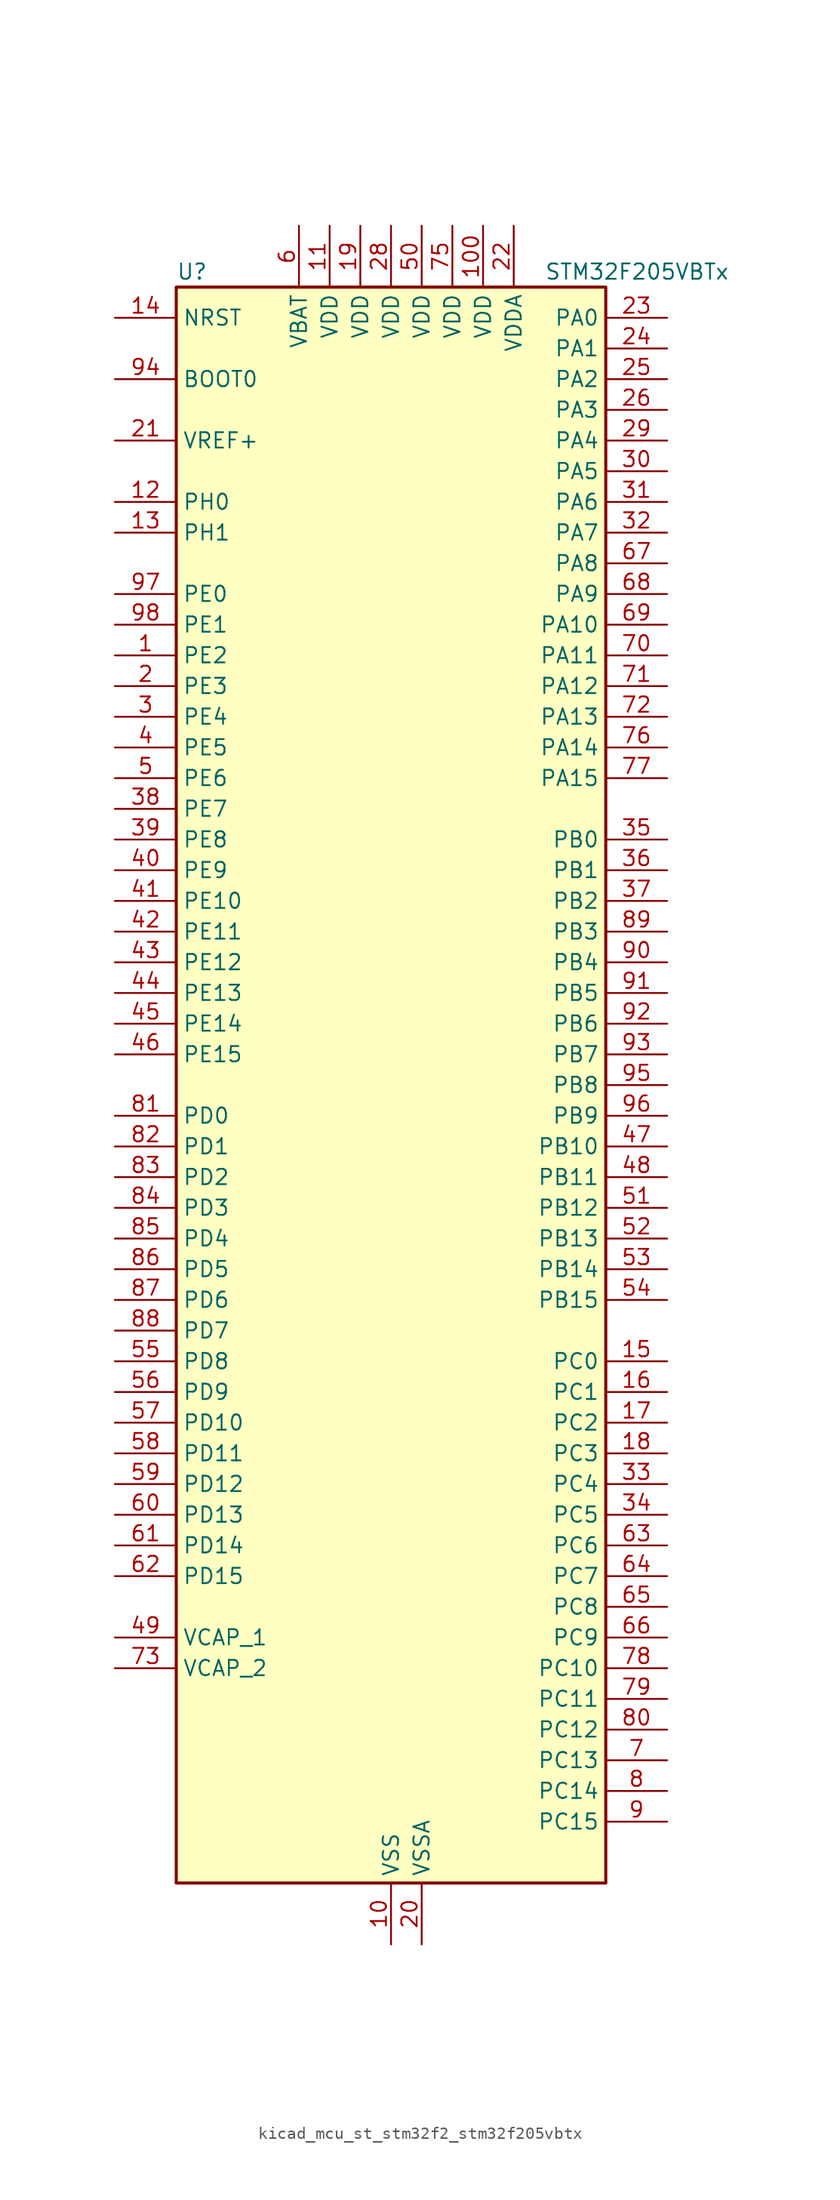
<source format=kicad_sym>
(kicad_symbol_lib
  (version 20220914)
  (generator kicad_symbol_editor)
  (symbol "kicad_mcu_st_stm32f2_stm32f205vbtx"
    (property "Reference" "U"
      (at -17.78 67.31 0)
      (effects (font (size 1.27 1.27)) (justify left)))
    (property "Value" "STM32F205VBTx"
      (at 12.7 67.31 0)
      (effects (font (size 1.27 1.27)) (justify left)))
    (property "ki_locked" ""
      (at 0 0 0)
      (effects (font (size 1.27 1.27))))
    (symbol "kicad_mcu_st_stm32f2_stm32f205vbtx_0_1"
      (rectangle (start -17.78 -66.04) (end 17.78 66.04) (stroke (width 0.254) (type default)) (fill (type background))))
    (symbol "kicad_mcu_st_stm32f2_stm32f205vbtx_1_1"
      (pin bidirectional line (at -22.86 35.56 0) (length 5.08) (name "PE2" (effects (font (size 1.27 1.27)))) (number "1" (effects (font (size 1.27 1.27)))) (alternate "FSMC_A23" bidirectional line) (alternate "SYS_TRACECLK" bidirectional line))
      (pin power_in line (at 0 -71.12 90) (length 5.08) (name "VSS" (effects (font (size 1.27 1.27)))) (number "10" (effects (font (size 1.27 1.27)))))
      (pin power_in line (at 7.62 71.12 270) (length 5.08) (name "VDD" (effects (font (size 1.27 1.27)))) (number "100" (effects (font (size 1.27 1.27)))))
      (pin power_in line (at -5.08 71.12 270) (length 5.08) (name "VDD" (effects (font (size 1.27 1.27)))) (number "11" (effects (font (size 1.27 1.27)))))
      (pin bidirectional line (at -22.86 48.26 0) (length 5.08) (name "PH0" (effects (font (size 1.27 1.27)))) (number "12" (effects (font (size 1.27 1.27)))) (alternate "RCC_OSC_IN" bidirectional line))
      (pin bidirectional line (at -22.86 45.72 0) (length 5.08) (name "PH1" (effects (font (size 1.27 1.27)))) (number "13" (effects (font (size 1.27 1.27)))) (alternate "RCC_OSC_OUT" bidirectional line))
      (pin input line (at -22.86 63.5 0) (length 5.08) (name "NRST" (effects (font (size 1.27 1.27)))) (number "14" (effects (font (size 1.27 1.27)))))
      (pin bidirectional line (at 22.86 -22.86 180) (length 5.08) (name "PC0" (effects (font (size 1.27 1.27)))) (number "15" (effects (font (size 1.27 1.27)))) (alternate "ADC1_IN10" bidirectional line) (alternate "ADC2_IN10" bidirectional line) (alternate "ADC3_IN10" bidirectional line) (alternate "USB_OTG_HS_ULPI_STP" bidirectional line))
      (pin bidirectional line (at 22.86 -25.4 180) (length 5.08) (name "PC1" (effects (font (size 1.27 1.27)))) (number "16" (effects (font (size 1.27 1.27)))) (alternate "ADC1_IN11" bidirectional line) (alternate "ADC2_IN11" bidirectional line) (alternate "ADC3_IN11" bidirectional line))
      (pin bidirectional line (at 22.86 -27.94 180) (length 5.08) (name "PC2" (effects (font (size 1.27 1.27)))) (number "17" (effects (font (size 1.27 1.27)))) (alternate "ADC1_IN12" bidirectional line) (alternate "ADC2_IN12" bidirectional line) (alternate "ADC3_IN12" bidirectional line) (alternate "SPI2_MISO" bidirectional line) (alternate "USB_OTG_HS_ULPI_DIR" bidirectional line))
      (pin bidirectional line (at 22.86 -30.48 180) (length 5.08) (name "PC3" (effects (font (size 1.27 1.27)))) (number "18" (effects (font (size 1.27 1.27)))) (alternate "ADC1_IN13" bidirectional line) (alternate "ADC2_IN13" bidirectional line) (alternate "ADC3_IN13" bidirectional line) (alternate "I2S2_SD" bidirectional line) (alternate "SPI2_MOSI" bidirectional line) (alternate "USB_OTG_HS_ULPI_NXT" bidirectional line))
      (pin power_in line (at -2.54 71.12 270) (length 5.08) (name "VDD" (effects (font (size 1.27 1.27)))) (number "19" (effects (font (size 1.27 1.27)))))
      (pin bidirectional line (at -22.86 33.02 0) (length 5.08) (name "PE3" (effects (font (size 1.27 1.27)))) (number "2" (effects (font (size 1.27 1.27)))) (alternate "FSMC_A19" bidirectional line) (alternate "SYS_TRACED0" bidirectional line))
      (pin power_in line (at 2.54 -71.12 90) (length 5.08) (name "VSSA" (effects (font (size 1.27 1.27)))) (number "20" (effects (font (size 1.27 1.27)))))
      (pin input line (at -22.86 53.34 0) (length 5.08) (name "VREF+" (effects (font (size 1.27 1.27)))) (number "21" (effects (font (size 1.27 1.27)))))
      (pin power_in line (at 10.16 71.12 270) (length 5.08) (name "VDDA" (effects (font (size 1.27 1.27)))) (number "22" (effects (font (size 1.27 1.27)))))
      (pin bidirectional line (at 22.86 63.5 180) (length 5.08) (name "PA0" (effects (font (size 1.27 1.27)))) (number "23" (effects (font (size 1.27 1.27)))) (alternate "ADC1_IN0" bidirectional line) (alternate "ADC2_IN0" bidirectional line) (alternate "ADC3_IN0" bidirectional line) (alternate "SYS_WKUP" bidirectional line) (alternate "TIM2_CH1" bidirectional line) (alternate "TIM2_ETR" bidirectional line) (alternate "TIM5_CH1" bidirectional line) (alternate "TIM8_ETR" bidirectional line) (alternate "UART4_TX" bidirectional line) (alternate "USART2_CTS" bidirectional line))
      (pin bidirectional line (at 22.86 60.96 180) (length 5.08) (name "PA1" (effects (font (size 1.27 1.27)))) (number "24" (effects (font (size 1.27 1.27)))) (alternate "ADC1_IN1" bidirectional line) (alternate "ADC2_IN1" bidirectional line) (alternate "ADC3_IN1" bidirectional line) (alternate "TIM2_CH2" bidirectional line) (alternate "TIM5_CH2" bidirectional line) (alternate "UART4_RX" bidirectional line) (alternate "USART2_RTS" bidirectional line))
      (pin bidirectional line (at 22.86 58.42 180) (length 5.08) (name "PA2" (effects (font (size 1.27 1.27)))) (number "25" (effects (font (size 1.27 1.27)))) (alternate "ADC1_IN2" bidirectional line) (alternate "ADC2_IN2" bidirectional line) (alternate "ADC3_IN2" bidirectional line) (alternate "TIM2_CH3" bidirectional line) (alternate "TIM5_CH3" bidirectional line) (alternate "TIM9_CH1" bidirectional line) (alternate "USART2_TX" bidirectional line))
      (pin bidirectional line (at 22.86 55.88 180) (length 5.08) (name "PA3" (effects (font (size 1.27 1.27)))) (number "26" (effects (font (size 1.27 1.27)))) (alternate "ADC1_IN3" bidirectional line) (alternate "ADC2_IN3" bidirectional line) (alternate "ADC3_IN3" bidirectional line) (alternate "TIM2_CH4" bidirectional line) (alternate "TIM5_CH4" bidirectional line) (alternate "TIM9_CH2" bidirectional line) (alternate "USART2_RX" bidirectional line) (alternate "USB_OTG_HS_ULPI_D0" bidirectional line))
      (pin passive line (at 0 -71.12 90) (length 5.08) hide (name "VSS" (effects (font (size 1.27 1.27)))) (number "27" (effects (font (size 1.27 1.27)))))
      (pin power_in line (at 0 71.12 270) (length 5.08) (name "VDD" (effects (font (size 1.27 1.27)))) (number "28" (effects (font (size 1.27 1.27)))))
      (pin bidirectional line (at 22.86 53.34 180) (length 5.08) (name "PA4" (effects (font (size 1.27 1.27)))) (number "29" (effects (font (size 1.27 1.27)))) (alternate "ADC1_IN4" bidirectional line) (alternate "ADC2_IN4" bidirectional line) (alternate "DAC_OUT1" bidirectional line) (alternate "I2S3_WS" bidirectional line) (alternate "SPI1_NSS" bidirectional line) (alternate "SPI3_NSS" bidirectional line) (alternate "USART2_CK" bidirectional line) (alternate "USB_OTG_HS_SOF" bidirectional line))
      (pin bidirectional line (at -22.86 30.48 0) (length 5.08) (name "PE4" (effects (font (size 1.27 1.27)))) (number "3" (effects (font (size 1.27 1.27)))) (alternate "FSMC_A20" bidirectional line) (alternate "SYS_TRACED1" bidirectional line))
      (pin bidirectional line (at 22.86 50.8 180) (length 5.08) (name "PA5" (effects (font (size 1.27 1.27)))) (number "30" (effects (font (size 1.27 1.27)))) (alternate "ADC1_IN5" bidirectional line) (alternate "ADC2_IN5" bidirectional line) (alternate "DAC_OUT2" bidirectional line) (alternate "SPI1_SCK" bidirectional line) (alternate "TIM2_CH1" bidirectional line) (alternate "TIM2_ETR" bidirectional line) (alternate "TIM8_CH1N" bidirectional line) (alternate "USB_OTG_HS_ULPI_CK" bidirectional line))
      (pin bidirectional line (at 22.86 48.26 180) (length 5.08) (name "PA6" (effects (font (size 1.27 1.27)))) (number "31" (effects (font (size 1.27 1.27)))) (alternate "ADC1_IN6" bidirectional line) (alternate "ADC2_IN6" bidirectional line) (alternate "SPI1_MISO" bidirectional line) (alternate "TIM13_CH1" bidirectional line) (alternate "TIM1_BKIN" bidirectional line) (alternate "TIM3_CH1" bidirectional line) (alternate "TIM8_BKIN" bidirectional line))
      (pin bidirectional line (at 22.86 45.72 180) (length 5.08) (name "PA7" (effects (font (size 1.27 1.27)))) (number "32" (effects (font (size 1.27 1.27)))) (alternate "ADC1_IN7" bidirectional line) (alternate "ADC2_IN7" bidirectional line) (alternate "SPI1_MOSI" bidirectional line) (alternate "TIM14_CH1" bidirectional line) (alternate "TIM1_CH1N" bidirectional line) (alternate "TIM3_CH2" bidirectional line) (alternate "TIM8_CH1N" bidirectional line))
      (pin bidirectional line (at 22.86 -33.02 180) (length 5.08) (name "PC4" (effects (font (size 1.27 1.27)))) (number "33" (effects (font (size 1.27 1.27)))) (alternate "ADC1_IN14" bidirectional line) (alternate "ADC2_IN14" bidirectional line))
      (pin bidirectional line (at 22.86 -35.56 180) (length 5.08) (name "PC5" (effects (font (size 1.27 1.27)))) (number "34" (effects (font (size 1.27 1.27)))) (alternate "ADC1_IN15" bidirectional line) (alternate "ADC2_IN15" bidirectional line))
      (pin bidirectional line (at 22.86 20.32 180) (length 5.08) (name "PB0" (effects (font (size 1.27 1.27)))) (number "35" (effects (font (size 1.27 1.27)))) (alternate "ADC1_IN8" bidirectional line) (alternate "ADC2_IN8" bidirectional line) (alternate "TIM1_CH2N" bidirectional line) (alternate "TIM3_CH3" bidirectional line) (alternate "TIM8_CH2N" bidirectional line) (alternate "USB_OTG_HS_ULPI_D1" bidirectional line))
      (pin bidirectional line (at 22.86 17.78 180) (length 5.08) (name "PB1" (effects (font (size 1.27 1.27)))) (number "36" (effects (font (size 1.27 1.27)))) (alternate "ADC1_IN9" bidirectional line) (alternate "ADC2_IN9" bidirectional line) (alternate "TIM1_CH3N" bidirectional line) (alternate "TIM3_CH4" bidirectional line) (alternate "TIM8_CH3N" bidirectional line) (alternate "USB_OTG_HS_ULPI_D2" bidirectional line))
      (pin bidirectional line (at 22.86 15.24 180) (length 5.08) (name "PB2" (effects (font (size 1.27 1.27)))) (number "37" (effects (font (size 1.27 1.27)))))
      (pin bidirectional line (at -22.86 22.86 0) (length 5.08) (name "PE7" (effects (font (size 1.27 1.27)))) (number "38" (effects (font (size 1.27 1.27)))) (alternate "FSMC_D4" bidirectional line) (alternate "FSMC_DA4" bidirectional line) (alternate "TIM1_ETR" bidirectional line))
      (pin bidirectional line (at -22.86 20.32 0) (length 5.08) (name "PE8" (effects (font (size 1.27 1.27)))) (number "39" (effects (font (size 1.27 1.27)))) (alternate "FSMC_D5" bidirectional line) (alternate "FSMC_DA5" bidirectional line) (alternate "TIM1_CH1N" bidirectional line))
      (pin bidirectional line (at -22.86 27.94 0) (length 5.08) (name "PE5" (effects (font (size 1.27 1.27)))) (number "4" (effects (font (size 1.27 1.27)))) (alternate "FSMC_A21" bidirectional line) (alternate "SYS_TRACED2" bidirectional line) (alternate "TIM9_CH1" bidirectional line))
      (pin bidirectional line (at -22.86 17.78 0) (length 5.08) (name "PE9" (effects (font (size 1.27 1.27)))) (number "40" (effects (font (size 1.27 1.27)))) (alternate "DAC_EXTI9" bidirectional line) (alternate "FSMC_D6" bidirectional line) (alternate "FSMC_DA6" bidirectional line) (alternate "TIM1_CH1" bidirectional line))
      (pin bidirectional line (at -22.86 15.24 0) (length 5.08) (name "PE10" (effects (font (size 1.27 1.27)))) (number "41" (effects (font (size 1.27 1.27)))) (alternate "FSMC_D7" bidirectional line) (alternate "FSMC_DA7" bidirectional line) (alternate "TIM1_CH2N" bidirectional line))
      (pin bidirectional line (at -22.86 12.7 0) (length 5.08) (name "PE11" (effects (font (size 1.27 1.27)))) (number "42" (effects (font (size 1.27 1.27)))) (alternate "ADC1_EXTI11" bidirectional line) (alternate "ADC2_EXTI11" bidirectional line) (alternate "ADC3_EXTI11" bidirectional line) (alternate "FSMC_D8" bidirectional line) (alternate "FSMC_DA8" bidirectional line) (alternate "TIM1_CH2" bidirectional line))
      (pin bidirectional line (at -22.86 10.16 0) (length 5.08) (name "PE12" (effects (font (size 1.27 1.27)))) (number "43" (effects (font (size 1.27 1.27)))) (alternate "FSMC_D9" bidirectional line) (alternate "FSMC_DA9" bidirectional line) (alternate "TIM1_CH3N" bidirectional line))
      (pin bidirectional line (at -22.86 7.62 0) (length 5.08) (name "PE13" (effects (font (size 1.27 1.27)))) (number "44" (effects (font (size 1.27 1.27)))) (alternate "FSMC_D10" bidirectional line) (alternate "FSMC_DA10" bidirectional line) (alternate "TIM1_CH3" bidirectional line))
      (pin bidirectional line (at -22.86 5.08 0) (length 5.08) (name "PE14" (effects (font (size 1.27 1.27)))) (number "45" (effects (font (size 1.27 1.27)))) (alternate "FSMC_D11" bidirectional line) (alternate "FSMC_DA11" bidirectional line) (alternate "TIM1_CH4" bidirectional line))
      (pin bidirectional line (at -22.86 2.54 0) (length 5.08) (name "PE15" (effects (font (size 1.27 1.27)))) (number "46" (effects (font (size 1.27 1.27)))) (alternate "ADC1_EXTI15" bidirectional line) (alternate "ADC2_EXTI15" bidirectional line) (alternate "ADC3_EXTI15" bidirectional line) (alternate "FSMC_D12" bidirectional line) (alternate "FSMC_DA12" bidirectional line) (alternate "TIM1_BKIN" bidirectional line))
      (pin bidirectional line (at 22.86 -5.08 180) (length 5.08) (name "PB10" (effects (font (size 1.27 1.27)))) (number "47" (effects (font (size 1.27 1.27)))) (alternate "I2C2_SCL" bidirectional line) (alternate "I2S2_SCK" bidirectional line) (alternate "SPI2_SCK" bidirectional line) (alternate "TIM2_CH3" bidirectional line) (alternate "USART3_TX" bidirectional line) (alternate "USB_OTG_HS_ULPI_D3" bidirectional line))
      (pin bidirectional line (at 22.86 -7.62 180) (length 5.08) (name "PB11" (effects (font (size 1.27 1.27)))) (number "48" (effects (font (size 1.27 1.27)))) (alternate "ADC1_EXTI11" bidirectional line) (alternate "ADC2_EXTI11" bidirectional line) (alternate "ADC3_EXTI11" bidirectional line) (alternate "I2C2_SDA" bidirectional line) (alternate "TIM2_CH4" bidirectional line) (alternate "USART3_RX" bidirectional line) (alternate "USB_OTG_HS_ULPI_D4" bidirectional line))
      (pin power_out line (at -22.86 -45.72 0) (length 5.08) (name "VCAP_1" (effects (font (size 1.27 1.27)))) (number "49" (effects (font (size 1.27 1.27)))))
      (pin bidirectional line (at -22.86 25.4 0) (length 5.08) (name "PE6" (effects (font (size 1.27 1.27)))) (number "5" (effects (font (size 1.27 1.27)))) (alternate "FSMC_A22" bidirectional line) (alternate "SYS_TRACED3" bidirectional line) (alternate "TIM9_CH2" bidirectional line))
      (pin power_in line (at 2.54 71.12 270) (length 5.08) (name "VDD" (effects (font (size 1.27 1.27)))) (number "50" (effects (font (size 1.27 1.27)))))
      (pin bidirectional line (at 22.86 -10.16 180) (length 5.08) (name "PB12" (effects (font (size 1.27 1.27)))) (number "51" (effects (font (size 1.27 1.27)))) (alternate "CAN2_RX" bidirectional line) (alternate "I2C2_SMBA" bidirectional line) (alternate "I2S2_WS" bidirectional line) (alternate "SPI2_NSS" bidirectional line) (alternate "TIM1_BKIN" bidirectional line) (alternate "USART3_CK" bidirectional line) (alternate "USB_OTG_HS_ID" bidirectional line) (alternate "USB_OTG_HS_ULPI_D5" bidirectional line))
      (pin bidirectional line (at 22.86 -12.7 180) (length 5.08) (name "PB13" (effects (font (size 1.27 1.27)))) (number "52" (effects (font (size 1.27 1.27)))) (alternate "CAN2_TX" bidirectional line) (alternate "I2S2_SCK" bidirectional line) (alternate "SPI2_SCK" bidirectional line) (alternate "TIM1_CH1N" bidirectional line) (alternate "USART3_CTS" bidirectional line) (alternate "USB_OTG_HS_ULPI_D6" bidirectional line) (alternate "USB_OTG_HS_VBUS" bidirectional line))
      (pin bidirectional line (at 22.86 -15.24 180) (length 5.08) (name "PB14" (effects (font (size 1.27 1.27)))) (number "53" (effects (font (size 1.27 1.27)))) (alternate "SPI2_MISO" bidirectional line) (alternate "TIM12_CH1" bidirectional line) (alternate "TIM1_CH2N" bidirectional line) (alternate "TIM8_CH2N" bidirectional line) (alternate "USART3_RTS" bidirectional line) (alternate "USB_OTG_HS_DM" bidirectional line))
      (pin bidirectional line (at 22.86 -17.78 180) (length 5.08) (name "PB15" (effects (font (size 1.27 1.27)))) (number "54" (effects (font (size 1.27 1.27)))) (alternate "ADC1_EXTI15" bidirectional line) (alternate "ADC2_EXTI15" bidirectional line) (alternate "ADC3_EXTI15" bidirectional line) (alternate "I2S2_SD" bidirectional line) (alternate "RTC_REFIN" bidirectional line) (alternate "SPI2_MOSI" bidirectional line) (alternate "TIM12_CH2" bidirectional line) (alternate "TIM1_CH3N" bidirectional line) (alternate "TIM8_CH3N" bidirectional line) (alternate "USB_OTG_HS_DP" bidirectional line))
      (pin bidirectional line (at -22.86 -22.86 0) (length 5.08) (name "PD8" (effects (font (size 1.27 1.27)))) (number "55" (effects (font (size 1.27 1.27)))) (alternate "FSMC_D13" bidirectional line) (alternate "FSMC_DA13" bidirectional line) (alternate "USART3_TX" bidirectional line))
      (pin bidirectional line (at -22.86 -25.4 0) (length 5.08) (name "PD9" (effects (font (size 1.27 1.27)))) (number "56" (effects (font (size 1.27 1.27)))) (alternate "DAC_EXTI9" bidirectional line) (alternate "FSMC_D14" bidirectional line) (alternate "FSMC_DA14" bidirectional line) (alternate "USART3_RX" bidirectional line))
      (pin bidirectional line (at -22.86 -27.94 0) (length 5.08) (name "PD10" (effects (font (size 1.27 1.27)))) (number "57" (effects (font (size 1.27 1.27)))) (alternate "FSMC_D15" bidirectional line) (alternate "FSMC_DA15" bidirectional line) (alternate "USART3_CK" bidirectional line))
      (pin bidirectional line (at -22.86 -30.48 0) (length 5.08) (name "PD11" (effects (font (size 1.27 1.27)))) (number "58" (effects (font (size 1.27 1.27)))) (alternate "ADC1_EXTI11" bidirectional line) (alternate "ADC2_EXTI11" bidirectional line) (alternate "ADC3_EXTI11" bidirectional line) (alternate "FSMC_A16" bidirectional line) (alternate "FSMC_CLE" bidirectional line) (alternate "USART3_CTS" bidirectional line))
      (pin bidirectional line (at -22.86 -33.02 0) (length 5.08) (name "PD12" (effects (font (size 1.27 1.27)))) (number "59" (effects (font (size 1.27 1.27)))) (alternate "FSMC_A17" bidirectional line) (alternate "FSMC_ALE" bidirectional line) (alternate "TIM4_CH1" bidirectional line) (alternate "USART3_RTS" bidirectional line))
      (pin power_in line (at -7.62 71.12 270) (length 5.08) (name "VBAT" (effects (font (size 1.27 1.27)))) (number "6" (effects (font (size 1.27 1.27)))))
      (pin bidirectional line (at -22.86 -35.56 0) (length 5.08) (name "PD13" (effects (font (size 1.27 1.27)))) (number "60" (effects (font (size 1.27 1.27)))) (alternate "FSMC_A18" bidirectional line) (alternate "TIM4_CH2" bidirectional line))
      (pin bidirectional line (at -22.86 -38.1 0) (length 5.08) (name "PD14" (effects (font (size 1.27 1.27)))) (number "61" (effects (font (size 1.27 1.27)))) (alternate "FSMC_D0" bidirectional line) (alternate "FSMC_DA0" bidirectional line) (alternate "TIM4_CH3" bidirectional line))
      (pin bidirectional line (at -22.86 -40.64 0) (length 5.08) (name "PD15" (effects (font (size 1.27 1.27)))) (number "62" (effects (font (size 1.27 1.27)))) (alternate "ADC1_EXTI15" bidirectional line) (alternate "ADC2_EXTI15" bidirectional line) (alternate "ADC3_EXTI15" bidirectional line) (alternate "FSMC_D1" bidirectional line) (alternate "FSMC_DA1" bidirectional line) (alternate "TIM4_CH4" bidirectional line))
      (pin bidirectional line (at 22.86 -38.1 180) (length 5.08) (name "PC6" (effects (font (size 1.27 1.27)))) (number "63" (effects (font (size 1.27 1.27)))) (alternate "I2S2_MCK" bidirectional line) (alternate "SDIO_D6" bidirectional line) (alternate "TIM3_CH1" bidirectional line) (alternate "TIM8_CH1" bidirectional line) (alternate "USART6_TX" bidirectional line))
      (pin bidirectional line (at 22.86 -40.64 180) (length 5.08) (name "PC7" (effects (font (size 1.27 1.27)))) (number "64" (effects (font (size 1.27 1.27)))) (alternate "I2S3_MCK" bidirectional line) (alternate "SDIO_D7" bidirectional line) (alternate "TIM3_CH2" bidirectional line) (alternate "TIM8_CH2" bidirectional line) (alternate "USART6_RX" bidirectional line))
      (pin bidirectional line (at 22.86 -43.18 180) (length 5.08) (name "PC8" (effects (font (size 1.27 1.27)))) (number "65" (effects (font (size 1.27 1.27)))) (alternate "SDIO_D0" bidirectional line) (alternate "TIM3_CH3" bidirectional line) (alternate "TIM8_CH3" bidirectional line) (alternate "USART6_CK" bidirectional line))
      (pin bidirectional line (at 22.86 -45.72 180) (length 5.08) (name "PC9" (effects (font (size 1.27 1.27)))) (number "66" (effects (font (size 1.27 1.27)))) (alternate "DAC_EXTI9" bidirectional line) (alternate "I2C3_SDA" bidirectional line) (alternate "I2S_CKIN" bidirectional line) (alternate "RCC_MCO_2" bidirectional line) (alternate "SDIO_D1" bidirectional line) (alternate "TIM3_CH4" bidirectional line) (alternate "TIM8_CH4" bidirectional line))
      (pin bidirectional line (at 22.86 43.18 180) (length 5.08) (name "PA8" (effects (font (size 1.27 1.27)))) (number "67" (effects (font (size 1.27 1.27)))) (alternate "I2C3_SCL" bidirectional line) (alternate "RCC_MCO_1" bidirectional line) (alternate "TIM1_CH1" bidirectional line) (alternate "USART1_CK" bidirectional line) (alternate "USB_OTG_FS_SOF" bidirectional line))
      (pin bidirectional line (at 22.86 40.64 180) (length 5.08) (name "PA9" (effects (font (size 1.27 1.27)))) (number "68" (effects (font (size 1.27 1.27)))) (alternate "DAC_EXTI9" bidirectional line) (alternate "I2C3_SMBA" bidirectional line) (alternate "TIM1_CH2" bidirectional line) (alternate "USART1_TX" bidirectional line) (alternate "USB_OTG_FS_VBUS" bidirectional line))
      (pin bidirectional line (at 22.86 38.1 180) (length 5.08) (name "PA10" (effects (font (size 1.27 1.27)))) (number "69" (effects (font (size 1.27 1.27)))) (alternate "TIM1_CH3" bidirectional line) (alternate "USART1_RX" bidirectional line) (alternate "USB_OTG_FS_ID" bidirectional line))
      (pin bidirectional line (at 22.86 -55.88 180) (length 5.08) (name "PC13" (effects (font (size 1.27 1.27)))) (number "7" (effects (font (size 1.27 1.27)))) (alternate "RTC_AF1" bidirectional line))
      (pin bidirectional line (at 22.86 35.56 180) (length 5.08) (name "PA11" (effects (font (size 1.27 1.27)))) (number "70" (effects (font (size 1.27 1.27)))) (alternate "ADC1_EXTI11" bidirectional line) (alternate "ADC2_EXTI11" bidirectional line) (alternate "ADC3_EXTI11" bidirectional line) (alternate "CAN1_RX" bidirectional line) (alternate "TIM1_CH4" bidirectional line) (alternate "USART1_CTS" bidirectional line) (alternate "USB_OTG_FS_DM" bidirectional line))
      (pin bidirectional line (at 22.86 33.02 180) (length 5.08) (name "PA12" (effects (font (size 1.27 1.27)))) (number "71" (effects (font (size 1.27 1.27)))) (alternate "CAN1_TX" bidirectional line) (alternate "TIM1_ETR" bidirectional line) (alternate "USART1_RTS" bidirectional line) (alternate "USB_OTG_FS_DP" bidirectional line))
      (pin bidirectional line (at 22.86 30.48 180) (length 5.08) (name "PA13" (effects (font (size 1.27 1.27)))) (number "72" (effects (font (size 1.27 1.27)))) (alternate "SYS_JTMS-SWDIO" bidirectional line))
      (pin power_out line (at -22.86 -48.26 0) (length 5.08) (name "VCAP_2" (effects (font (size 1.27 1.27)))) (number "73" (effects (font (size 1.27 1.27)))))
      (pin passive line (at 0 -71.12 90) (length 5.08) hide (name "VSS" (effects (font (size 1.27 1.27)))) (number "74" (effects (font (size 1.27 1.27)))))
      (pin power_in line (at 5.08 71.12 270) (length 5.08) (name "VDD" (effects (font (size 1.27 1.27)))) (number "75" (effects (font (size 1.27 1.27)))))
      (pin bidirectional line (at 22.86 27.94 180) (length 5.08) (name "PA14" (effects (font (size 1.27 1.27)))) (number "76" (effects (font (size 1.27 1.27)))) (alternate "SYS_JTCK-SWCLK" bidirectional line))
      (pin bidirectional line (at 22.86 25.4 180) (length 5.08) (name "PA15" (effects (font (size 1.27 1.27)))) (number "77" (effects (font (size 1.27 1.27)))) (alternate "ADC1_EXTI15" bidirectional line) (alternate "ADC2_EXTI15" bidirectional line) (alternate "ADC3_EXTI15" bidirectional line) (alternate "I2S3_WS" bidirectional line) (alternate "SPI1_NSS" bidirectional line) (alternate "SPI3_NSS" bidirectional line) (alternate "SYS_JTDI" bidirectional line) (alternate "TIM2_CH1" bidirectional line) (alternate "TIM2_ETR" bidirectional line))
      (pin bidirectional line (at 22.86 -48.26 180) (length 5.08) (name "PC10" (effects (font (size 1.27 1.27)))) (number "78" (effects (font (size 1.27 1.27)))) (alternate "I2S3_SCK" bidirectional line) (alternate "SDIO_D2" bidirectional line) (alternate "SPI3_SCK" bidirectional line) (alternate "UART4_TX" bidirectional line) (alternate "USART3_TX" bidirectional line))
      (pin bidirectional line (at 22.86 -50.8 180) (length 5.08) (name "PC11" (effects (font (size 1.27 1.27)))) (number "79" (effects (font (size 1.27 1.27)))) (alternate "ADC1_EXTI11" bidirectional line) (alternate "ADC2_EXTI11" bidirectional line) (alternate "ADC3_EXTI11" bidirectional line) (alternate "SDIO_D3" bidirectional line) (alternate "SPI3_MISO" bidirectional line) (alternate "UART4_RX" bidirectional line) (alternate "USART3_RX" bidirectional line))
      (pin bidirectional line (at 22.86 -58.42 180) (length 5.08) (name "PC14" (effects (font (size 1.27 1.27)))) (number "8" (effects (font (size 1.27 1.27)))) (alternate "RCC_OSC32_IN" bidirectional line))
      (pin bidirectional line (at 22.86 -53.34 180) (length 5.08) (name "PC12" (effects (font (size 1.27 1.27)))) (number "80" (effects (font (size 1.27 1.27)))) (alternate "I2S3_SD" bidirectional line) (alternate "SDIO_CK" bidirectional line) (alternate "SPI3_MOSI" bidirectional line) (alternate "UART5_TX" bidirectional line) (alternate "USART3_CK" bidirectional line))
      (pin bidirectional line (at -22.86 -2.54 0) (length 5.08) (name "PD0" (effects (font (size 1.27 1.27)))) (number "81" (effects (font (size 1.27 1.27)))) (alternate "CAN1_RX" bidirectional line) (alternate "FSMC_D2" bidirectional line) (alternate "FSMC_DA2" bidirectional line))
      (pin bidirectional line (at -22.86 -5.08 0) (length 5.08) (name "PD1" (effects (font (size 1.27 1.27)))) (number "82" (effects (font (size 1.27 1.27)))) (alternate "CAN1_TX" bidirectional line) (alternate "FSMC_D3" bidirectional line) (alternate "FSMC_DA3" bidirectional line))
      (pin bidirectional line (at -22.86 -7.62 0) (length 5.08) (name "PD2" (effects (font (size 1.27 1.27)))) (number "83" (effects (font (size 1.27 1.27)))) (alternate "SDIO_CMD" bidirectional line) (alternate "TIM3_ETR" bidirectional line) (alternate "UART5_RX" bidirectional line))
      (pin bidirectional line (at -22.86 -10.16 0) (length 5.08) (name "PD3" (effects (font (size 1.27 1.27)))) (number "84" (effects (font (size 1.27 1.27)))) (alternate "FSMC_CLK" bidirectional line) (alternate "USART2_CTS" bidirectional line))
      (pin bidirectional line (at -22.86 -12.7 0) (length 5.08) (name "PD4" (effects (font (size 1.27 1.27)))) (number "85" (effects (font (size 1.27 1.27)))) (alternate "FSMC_NOE" bidirectional line) (alternate "USART2_RTS" bidirectional line))
      (pin bidirectional line (at -22.86 -15.24 0) (length 5.08) (name "PD5" (effects (font (size 1.27 1.27)))) (number "86" (effects (font (size 1.27 1.27)))) (alternate "FSMC_NWE" bidirectional line) (alternate "USART2_TX" bidirectional line))
      (pin bidirectional line (at -22.86 -17.78 0) (length 5.08) (name "PD6" (effects (font (size 1.27 1.27)))) (number "87" (effects (font (size 1.27 1.27)))) (alternate "FSMC_NWAIT" bidirectional line) (alternate "USART2_RX" bidirectional line))
      (pin bidirectional line (at -22.86 -20.32 0) (length 5.08) (name "PD7" (effects (font (size 1.27 1.27)))) (number "88" (effects (font (size 1.27 1.27)))) (alternate "FSMC_NCE2" bidirectional line) (alternate "FSMC_NE1" bidirectional line) (alternate "USART2_CK" bidirectional line))
      (pin bidirectional line (at 22.86 12.7 180) (length 5.08) (name "PB3" (effects (font (size 1.27 1.27)))) (number "89" (effects (font (size 1.27 1.27)))) (alternate "I2S3_SCK" bidirectional line) (alternate "SPI1_SCK" bidirectional line) (alternate "SPI3_SCK" bidirectional line) (alternate "SYS_JTDO-SWO" bidirectional line) (alternate "TIM2_CH2" bidirectional line))
      (pin bidirectional line (at 22.86 -60.96 180) (length 5.08) (name "PC15" (effects (font (size 1.27 1.27)))) (number "9" (effects (font (size 1.27 1.27)))) (alternate "ADC1_EXTI15" bidirectional line) (alternate "ADC2_EXTI15" bidirectional line) (alternate "ADC3_EXTI15" bidirectional line) (alternate "RCC_OSC32_OUT" bidirectional line))
      (pin bidirectional line (at 22.86 10.16 180) (length 5.08) (name "PB4" (effects (font (size 1.27 1.27)))) (number "90" (effects (font (size 1.27 1.27)))) (alternate "SPI1_MISO" bidirectional line) (alternate "SPI3_MISO" bidirectional line) (alternate "SYS_JTRST" bidirectional line) (alternate "TIM3_CH1" bidirectional line))
      (pin bidirectional line (at 22.86 7.62 180) (length 5.08) (name "PB5" (effects (font (size 1.27 1.27)))) (number "91" (effects (font (size 1.27 1.27)))) (alternate "CAN2_RX" bidirectional line) (alternate "I2C1_SMBA" bidirectional line) (alternate "I2S3_SD" bidirectional line) (alternate "SPI1_MOSI" bidirectional line) (alternate "SPI3_MOSI" bidirectional line) (alternate "TIM3_CH2" bidirectional line) (alternate "USB_OTG_HS_ULPI_D7" bidirectional line))
      (pin bidirectional line (at 22.86 5.08 180) (length 5.08) (name "PB6" (effects (font (size 1.27 1.27)))) (number "92" (effects (font (size 1.27 1.27)))) (alternate "CAN2_TX" bidirectional line) (alternate "I2C1_SCL" bidirectional line) (alternate "TIM4_CH1" bidirectional line) (alternate "USART1_TX" bidirectional line))
      (pin bidirectional line (at 22.86 2.54 180) (length 5.08) (name "PB7" (effects (font (size 1.27 1.27)))) (number "93" (effects (font (size 1.27 1.27)))) (alternate "FSMC_NL" bidirectional line) (alternate "I2C1_SDA" bidirectional line) (alternate "TIM4_CH2" bidirectional line) (alternate "USART1_RX" bidirectional line))
      (pin input line (at -22.86 58.42 0) (length 5.08) (name "BOOT0" (effects (font (size 1.27 1.27)))) (number "94" (effects (font (size 1.27 1.27)))))
      (pin bidirectional line (at 22.86 0 180) (length 5.08) (name "PB8" (effects (font (size 1.27 1.27)))) (number "95" (effects (font (size 1.27 1.27)))) (alternate "CAN1_RX" bidirectional line) (alternate "I2C1_SCL" bidirectional line) (alternate "SDIO_D4" bidirectional line) (alternate "TIM10_CH1" bidirectional line) (alternate "TIM4_CH3" bidirectional line))
      (pin bidirectional line (at 22.86 -2.54 180) (length 5.08) (name "PB9" (effects (font (size 1.27 1.27)))) (number "96" (effects (font (size 1.27 1.27)))) (alternate "CAN1_TX" bidirectional line) (alternate "DAC_EXTI9" bidirectional line) (alternate "I2C1_SDA" bidirectional line) (alternate "I2S2_WS" bidirectional line) (alternate "SDIO_D5" bidirectional line) (alternate "SPI2_NSS" bidirectional line) (alternate "TIM11_CH1" bidirectional line) (alternate "TIM4_CH4" bidirectional line))
      (pin bidirectional line (at -22.86 40.64 0) (length 5.08) (name "PE0" (effects (font (size 1.27 1.27)))) (number "97" (effects (font (size 1.27 1.27)))) (alternate "FSMC_NBL0" bidirectional line) (alternate "TIM4_ETR" bidirectional line))
      (pin bidirectional line (at -22.86 38.1 0) (length 5.08) (name "PE1" (effects (font (size 1.27 1.27)))) (number "98" (effects (font (size 1.27 1.27)))) (alternate "FSMC_NBL1" bidirectional line))
      (pin no_connect line (at -17.78 -66.04 0) (length 5.08) hide (name "RFU" (effects (font (size 1.27 1.27)))) (number "99" (effects (font (size 1.27 1.27))))))))
</source>
